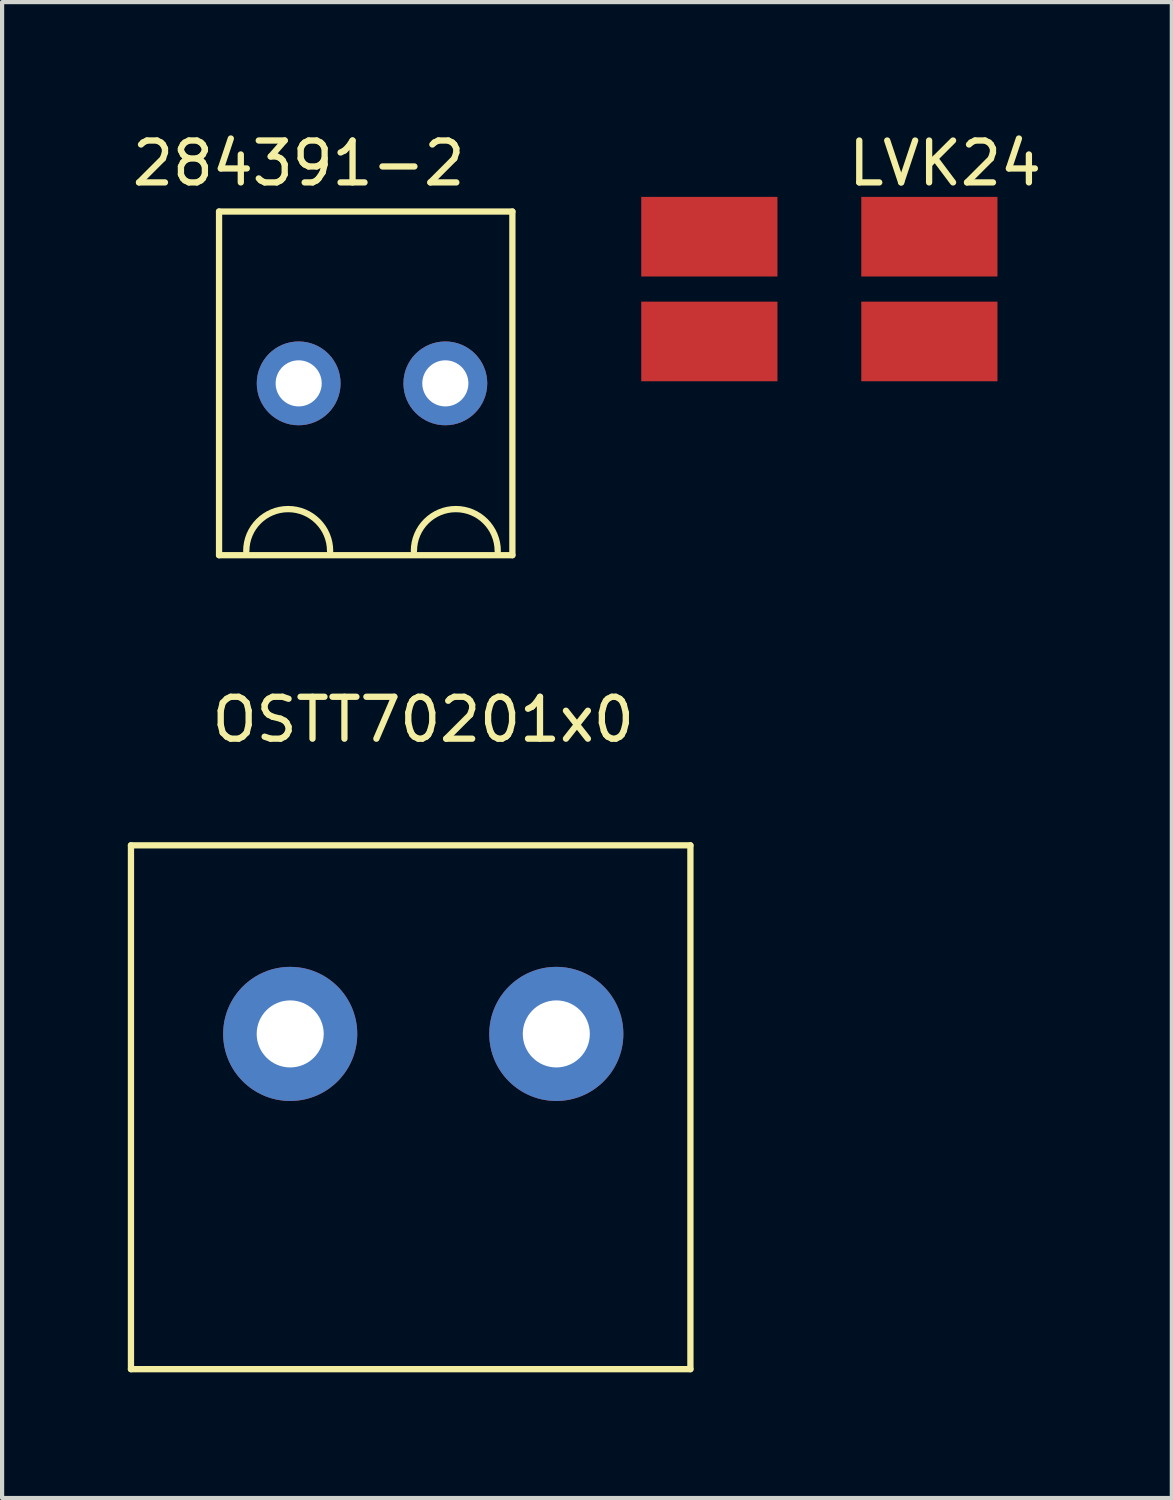
<source format=kicad_pcb>
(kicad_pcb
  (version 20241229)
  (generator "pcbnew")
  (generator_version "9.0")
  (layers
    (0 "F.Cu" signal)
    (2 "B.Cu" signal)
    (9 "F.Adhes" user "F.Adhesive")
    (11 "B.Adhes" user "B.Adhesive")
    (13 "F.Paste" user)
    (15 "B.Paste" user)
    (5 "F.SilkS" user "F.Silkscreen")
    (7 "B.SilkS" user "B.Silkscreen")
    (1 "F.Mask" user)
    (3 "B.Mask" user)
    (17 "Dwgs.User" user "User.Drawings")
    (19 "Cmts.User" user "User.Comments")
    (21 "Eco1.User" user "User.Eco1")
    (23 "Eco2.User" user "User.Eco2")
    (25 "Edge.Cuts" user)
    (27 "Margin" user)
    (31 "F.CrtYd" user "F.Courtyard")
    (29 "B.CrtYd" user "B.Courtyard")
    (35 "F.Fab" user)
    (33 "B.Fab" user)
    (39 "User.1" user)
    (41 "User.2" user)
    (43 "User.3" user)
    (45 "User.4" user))
  (footprint "LVK24"
    (layer "F.Cu")
    (at 16.502 3.848)
    (property "Reference" "LVK24" (at 3 -3 0) (layer "F.SilkS") (effects (font (size 1 1) (thickness 0.15))))
    (attr through_hole)
    (pad "1" smd rect (at -1 -0.3 180) (size 3.25 1.9) (drill (offset 1.625 0.95)) (layers "F.Cu" "F.Mask" "F.Paste"))
    (pad "2" smd rect (at -1 0.3) (size 3.25 1.9) (drill (offset -1.625 0.95)) (layers "F.Cu" "F.Mask" "F.Paste"))
    (pad "3" smd rect (at 1 0.3) (size 3.25 1.9) (drill (offset 1.625 0.95)) (layers "F.Cu" "F.Mask" "F.Paste"))
    (pad "4" smd rect (at 1 -0.3 180) (size 3.25 1.9) (drill (offset -1.625 0.95)) (layers "F.Cu" "F.Mask" "F.Paste")))
  (footprint "OSTT70201x0"
    (layer "F.Cu")
    (at 7.05 21.622)
    (property "Reference" "OSTT70201x0" (at 0 -7.5 0) (layer "F.SilkS") (effects (font (size 1 1) (thickness 0.15))))
    (attr through_hole)
    (fp_line (start -6.975 -4.5) (end -6.975 8) (stroke (width 0.15) (type solid)) (layer "F.SilkS"))
    (fp_line (start -6.975 -4.5) (end 6.375 -4.5) (stroke (width 0.15) (type solid)) (layer "F.SilkS"))
    (fp_line (start -6.975 8) (end 6.375 8) (stroke (width 0.15) (type solid)) (layer "F.SilkS"))
    (fp_line (start 6.375 -4.5) (end 6.375 8) (stroke (width 0.15) (type solid)) (layer "F.SilkS"))
    (pad "1" thru_hole circle (at -3.175 0) (size 3.2 3.2) (drill 1.6) (layers "*.Cu" "*.Mask"))
    (pad "2" thru_hole circle (at 3.175 0) (size 3.2 3.2) (drill 1.6) (layers "*.Cu" "*.Mask")))
  (footprint "284391-2"
    (layer "F.Cu")
    (at 5.827 6.098)
    (property "Reference" "284391-2" (at -1.75 -5.25 0) (layer "F.SilkS") (effects (font (size 1 1) (thickness 0.15))))
    (attr through_hole)
    (fp_line (start -3.65 4.1) (end -3.65 -4.1) (stroke (width 0.15) (type solid)) (layer "F.SilkS"))
    (fp_line (start 3.35 -4.1) (end -3.65 -4.1) (stroke (width 0.15) (type solid)) (layer "F.SilkS"))
    (fp_line (start 3.35 4.1) (end -3.65 4.1) (stroke (width 0.15) (type solid)) (layer "F.SilkS"))
    (fp_line (start 3.35 4.1) (end 3.35 -4.1) (stroke (width 0.15) (type solid)) (layer "F.SilkS"))
    (fp_arc (start -3 4) (mid -2 3) (end -1 4) (stroke (width 0.15) (type solid)) (layer "F.SilkS"))
    (fp_arc (start 1 4) (mid 2 3) (end 3 4) (stroke (width 0.15) (type solid)) (layer "F.SilkS"))
    (pad "1" thru_hole circle (at -1.75 0) (size 2 2) (drill 1.1) (layers "*.Cu" "*.Mask"))
    (pad "2" thru_hole circle (at 1.75 0) (size 2 2) (drill 1.1) (layers "*.Cu" "*.Mask")))
  (gr_rect
    (start -3 -3)
    (end 24.913 32.697)
    (stroke (width 0.1) (type default))
    (fill no)
    (layer "Edge.Cuts")))
</source>
